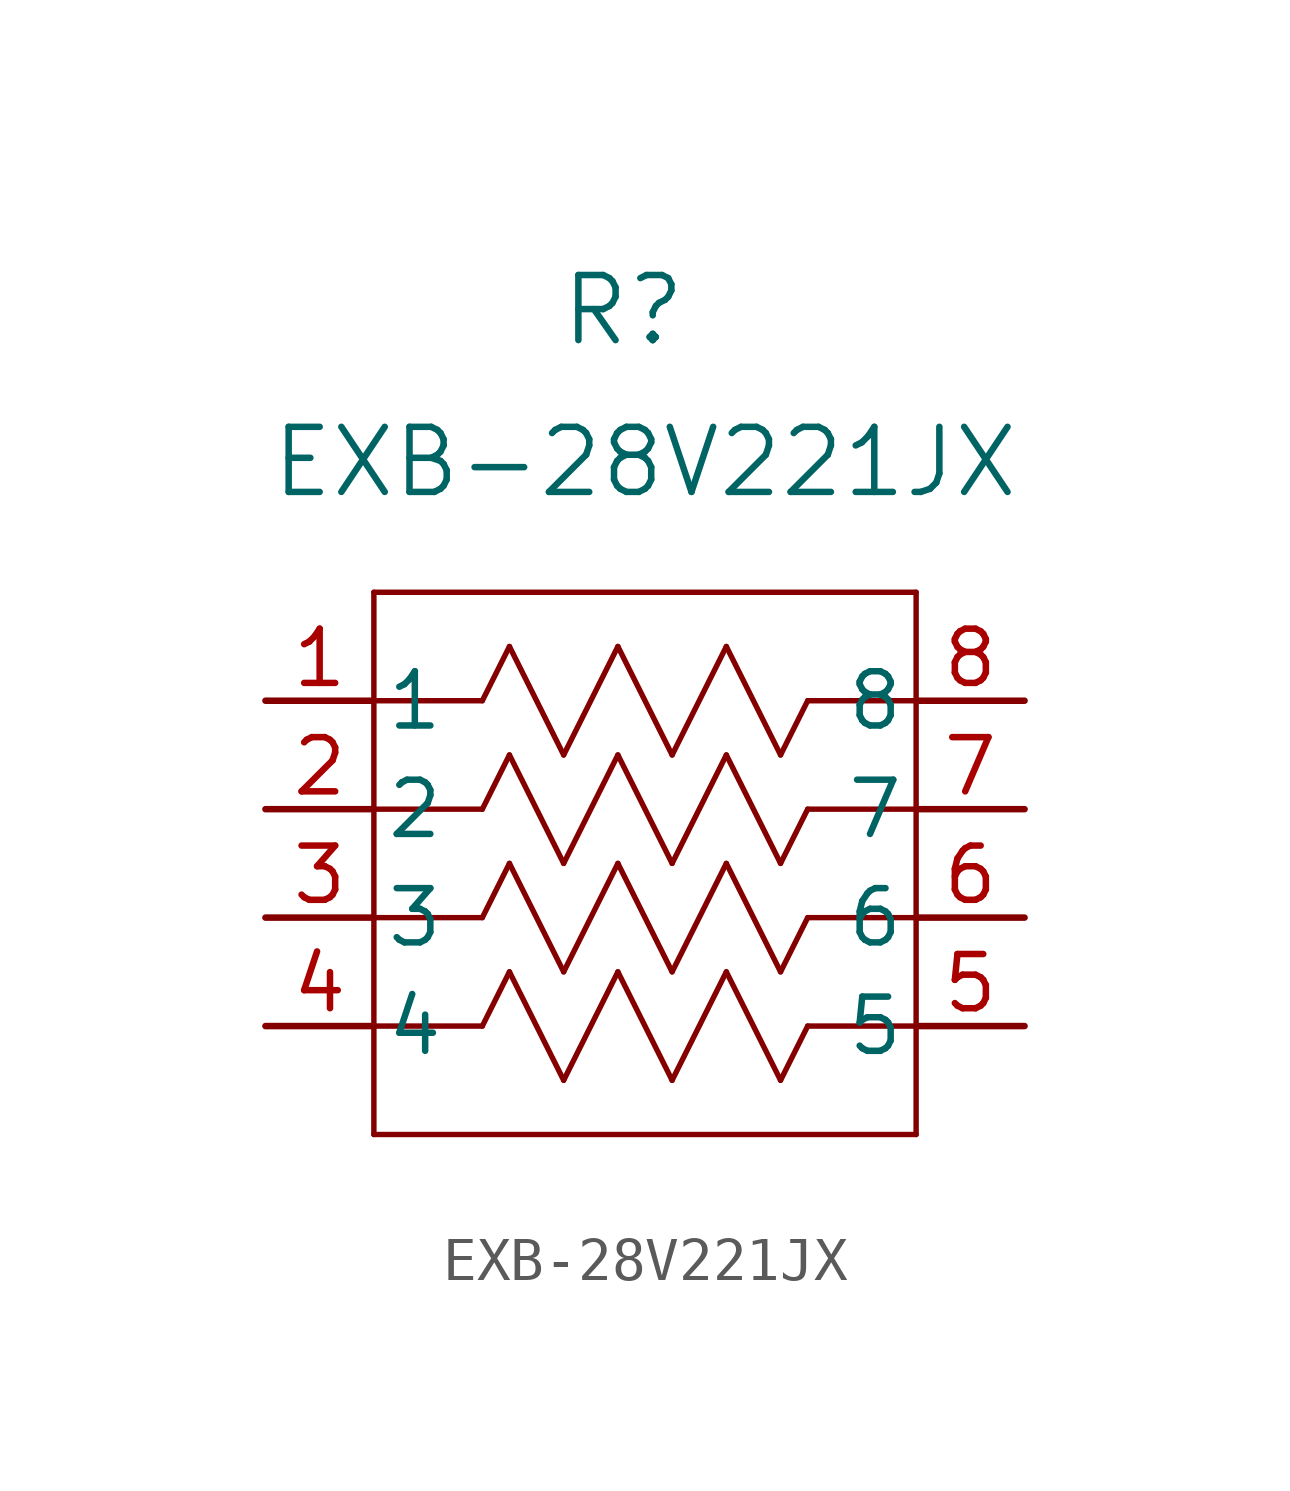
<source format=kicad_sym>
(kicad_symbol_lib
  (version 20231120)
  (generator "kicad_symbol_editor")
  (generator_version "8.0")
  (symbol "EXB-28V221JX"
    (pin_names
      (offset 0.254))
    (property "Reference" "R"
      (at 8.382 9.144 0)
      (effects (font (size 1.524 1.524))))
    (property "Value" "EXB-28V221JX"
      (at 8.89 5.588 0)
      (effects (font (size 1.524 1.524))))
    (symbol "EXB-28V221JX_0_1"
      (polyline (pts (xy 2.54 -10.16) (xy 15.24 -10.16)) (stroke (width 0.127) (type default)) (fill (type none)))
      (polyline (pts (xy 2.54 -7.62) (xy 5.08 -7.62)) (stroke (width 0.127) (type default)) (fill (type none)))
      (polyline (pts (xy 2.54 -5.08) (xy 5.08 -5.08)) (stroke (width 0.127) (type default)) (fill (type none)))
      (polyline (pts (xy 2.54 -2.54) (xy 5.08 -2.54)) (stroke (width 0.127) (type default)) (fill (type none)))
      (polyline (pts (xy 2.54 0) (xy 5.08 0)) (stroke (width 0.127) (type default)) (fill (type none)))
      (polyline (pts (xy 2.54 2.54) (xy 2.54 -10.16)) (stroke (width 0.127) (type default)) (fill (type none)))
      (polyline (pts (xy 5.08 -7.62) (xy 5.715 -6.35)) (stroke (width 0.127) (type default)) (fill (type none)))
      (polyline (pts (xy 5.08 -5.08) (xy 5.715 -3.81)) (stroke (width 0.127) (type default)) (fill (type none)))
      (polyline (pts (xy 5.08 -2.54) (xy 5.715 -1.27)) (stroke (width 0.127) (type default)) (fill (type none)))
      (polyline (pts (xy 5.08 0) (xy 5.715 1.27)) (stroke (width 0.127) (type default)) (fill (type none)))
      (polyline (pts (xy 5.715 -6.35) (xy 6.985 -8.89)) (stroke (width 0.127) (type default)) (fill (type none)))
      (polyline (pts (xy 5.715 -3.81) (xy 6.985 -6.35)) (stroke (width 0.127) (type default)) (fill (type none)))
      (polyline (pts (xy 5.715 -1.27) (xy 6.985 -3.81)) (stroke (width 0.127) (type default)) (fill (type none)))
      (polyline (pts (xy 5.715 1.27) (xy 6.985 -1.27)) (stroke (width 0.127) (type default)) (fill (type none)))
      (polyline (pts (xy 6.985 -8.89) (xy 8.255 -6.35)) (stroke (width 0.127) (type default)) (fill (type none)))
      (polyline (pts (xy 6.985 -6.35) (xy 8.255 -3.81)) (stroke (width 0.127) (type default)) (fill (type none)))
      (polyline (pts (xy 6.985 -3.81) (xy 8.255 -1.27)) (stroke (width 0.127) (type default)) (fill (type none)))
      (polyline (pts (xy 6.985 -1.27) (xy 8.255 1.27)) (stroke (width 0.127) (type default)) (fill (type none)))
      (polyline (pts (xy 8.255 -6.35) (xy 9.525 -8.89)) (stroke (width 0.127) (type default)) (fill (type none)))
      (polyline (pts (xy 8.255 -3.81) (xy 9.525 -6.35)) (stroke (width 0.127) (type default)) (fill (type none)))
      (polyline (pts (xy 8.255 -1.27) (xy 9.525 -3.81)) (stroke (width 0.127) (type default)) (fill (type none)))
      (polyline (pts (xy 8.255 1.27) (xy 9.525 -1.27)) (stroke (width 0.127) (type default)) (fill (type none)))
      (polyline (pts (xy 9.525 -8.89) (xy 10.795 -6.35)) (stroke (width 0.127) (type default)) (fill (type none)))
      (polyline (pts (xy 9.525 -6.35) (xy 10.795 -3.81)) (stroke (width 0.127) (type default)) (fill (type none)))
      (polyline (pts (xy 9.525 -3.81) (xy 10.795 -1.27)) (stroke (width 0.127) (type default)) (fill (type none)))
      (polyline (pts (xy 9.525 -1.27) (xy 10.795 1.27)) (stroke (width 0.127) (type default)) (fill (type none)))
      (polyline (pts (xy 10.795 -6.35) (xy 12.065 -8.89)) (stroke (width 0.127) (type default)) (fill (type none)))
      (polyline (pts (xy 10.795 -3.81) (xy 12.065 -6.35)) (stroke (width 0.127) (type default)) (fill (type none)))
      (polyline (pts (xy 10.795 -1.27) (xy 12.065 -3.81)) (stroke (width 0.127) (type default)) (fill (type none)))
      (polyline (pts (xy 10.795 1.27) (xy 12.065 -1.27)) (stroke (width 0.127) (type default)) (fill (type none)))
      (polyline (pts (xy 12.065 -8.89) (xy 12.7 -7.62)) (stroke (width 0.127) (type default)) (fill (type none)))
      (polyline (pts (xy 12.065 -6.35) (xy 12.7 -5.08)) (stroke (width 0.127) (type default)) (fill (type none)))
      (polyline (pts (xy 12.065 -3.81) (xy 12.7 -2.54)) (stroke (width 0.127) (type default)) (fill (type none)))
      (polyline (pts (xy 12.065 -1.27) (xy 12.7 0)) (stroke (width 0.127) (type default)) (fill (type none)))
      (polyline (pts (xy 12.7 -7.62) (xy 15.24 -7.62)) (stroke (width 0.127) (type default)) (fill (type none)))
      (polyline (pts (xy 12.7 -5.08) (xy 15.24 -5.08)) (stroke (width 0.127) (type default)) (fill (type none)))
      (polyline (pts (xy 12.7 -2.54) (xy 15.24 -2.54)) (stroke (width 0.127) (type default)) (fill (type none)))
      (polyline (pts (xy 12.7 0) (xy 15.24 0)) (stroke (width 0.127) (type default)) (fill (type none)))
      (polyline (pts (xy 15.24 2.54) (xy 2.54 2.54)) (stroke (width 0.127) (type default)) (fill (type none)))
      (polyline (pts (xy 15.24 2.54) (xy 15.24 -10.16)) (stroke (width 0.127) (type default)) (fill (type none)))
      (pin unspecified line (at 0 0 0) (length 2.54) (name "1" (effects (font (size 1.27 1.27)))) (number "1" (effects (font (size 1.27 1.27)))))
      (pin unspecified line (at 0 -2.54 0) (length 2.54) (name "2" (effects (font (size 1.27 1.27)))) (number "2" (effects (font (size 1.27 1.27)))))
      (pin unspecified line (at 0 -5.08 0) (length 2.54) (name "3" (effects (font (size 1.27 1.27)))) (number "3" (effects (font (size 1.27 1.27)))))
      (pin unspecified line (at 0 -7.62 0) (length 2.54) (name "4" (effects (font (size 1.27 1.27)))) (number "4" (effects (font (size 1.27 1.27)))))
      (pin unspecified line (at 17.78 -7.62 180) (length 2.54) (name "5" (effects (font (size 1.27 1.27)))) (number "5" (effects (font (size 1.27 1.27)))))
      (pin unspecified line (at 17.78 -5.08 180) (length 2.54) (name "6" (effects (font (size 1.27 1.27)))) (number "6" (effects (font (size 1.27 1.27)))))
      (pin unspecified line (at 17.78 -2.54 180) (length 2.54) (name "7" (effects (font (size 1.27 1.27)))) (number "7" (effects (font (size 1.27 1.27)))))
      (pin unspecified line (at 17.78 0 180) (length 2.54) (name "8" (effects (font (size 1.27 1.27)))) (number "8" (effects (font (size 1.27 1.27))))))))
</source>
